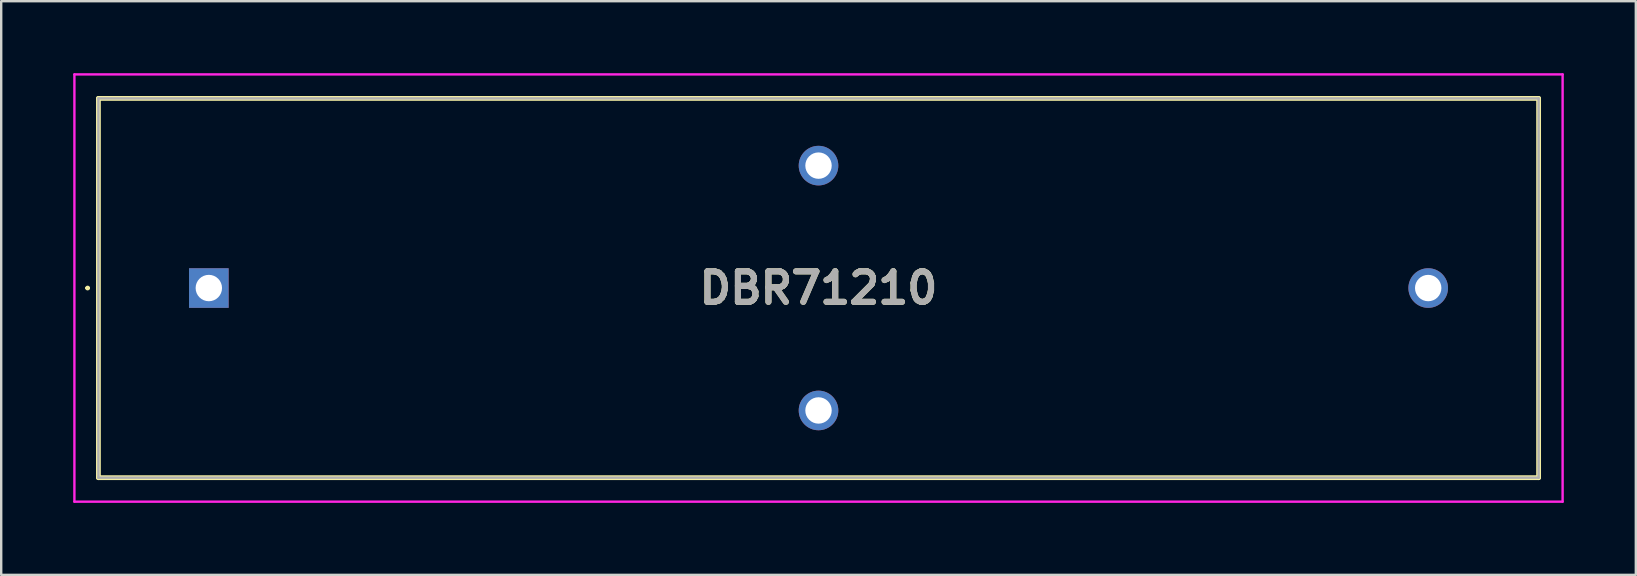
<source format=kicad_pcb>
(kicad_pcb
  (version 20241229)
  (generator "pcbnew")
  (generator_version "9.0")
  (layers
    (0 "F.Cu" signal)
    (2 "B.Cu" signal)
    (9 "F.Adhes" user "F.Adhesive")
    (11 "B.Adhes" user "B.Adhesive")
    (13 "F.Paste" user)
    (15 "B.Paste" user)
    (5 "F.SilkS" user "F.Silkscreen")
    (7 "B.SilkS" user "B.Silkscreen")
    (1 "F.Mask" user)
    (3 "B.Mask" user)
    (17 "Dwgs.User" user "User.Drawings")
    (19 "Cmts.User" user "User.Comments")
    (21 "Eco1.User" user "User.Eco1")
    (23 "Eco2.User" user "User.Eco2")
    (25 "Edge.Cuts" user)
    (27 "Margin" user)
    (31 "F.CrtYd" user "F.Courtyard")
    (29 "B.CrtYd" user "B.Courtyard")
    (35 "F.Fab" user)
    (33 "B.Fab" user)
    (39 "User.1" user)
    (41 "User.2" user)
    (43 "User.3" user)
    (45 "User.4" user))
  (footprint "DBR71210"
    (layer "F.Cu")
    (at 5.65 8.95)
    (property "Reference" "DBR71210" (at 25.4 0 0) (layer "F.SilkS") (effects (font (size 1.27 1.27) (thickness 0.254))))
    (attr through_hole)
    (fp_line (start -5.1 0) (end -5.1 0) (stroke (width 0.1) (type solid)) (layer "F.SilkS"))
    (fp_line (start -5 0) (end -5 0) (stroke (width 0.1) (type solid)) (layer "F.SilkS"))
    (fp_line (start -4.6 -7.9) (end -4.6 7.9) (stroke (width 0.2) (type solid)) (layer "F.SilkS"))
    (fp_line (start -4.6 7.9) (end 55.4 7.9) (stroke (width 0.2) (type solid)) (layer "F.SilkS"))
    (fp_line (start 55.4 -7.9) (end -4.6 -7.9) (stroke (width 0.2) (type solid)) (layer "F.SilkS"))
    (fp_line (start 55.4 7.9) (end 55.4 -7.9) (stroke (width 0.2) (type solid)) (layer "F.SilkS"))
    (fp_arc (start -5.1 0) (mid -5.05 -0.05) (end -5 0) (stroke (width 0.1) (type solid)) (layer "F.SilkS"))
    (fp_arc (start -5 0) (mid -5.05 0.05) (end -5.1 0) (stroke (width 0.1) (type solid)) (layer "F.SilkS"))
    (fp_line (start -5.6 -8.9) (end -5.6 8.9) (stroke (width 0.1) (type solid)) (layer "F.CrtYd"))
    (fp_line (start -5.6 8.9) (end 56.4 8.9) (stroke (width 0.1) (type solid)) (layer "F.CrtYd"))
    (fp_line (start 56.4 -8.9) (end -5.6 -8.9) (stroke (width 0.1) (type solid)) (layer "F.CrtYd"))
    (fp_line (start 56.4 8.9) (end 56.4 -8.9) (stroke (width 0.1) (type solid)) (layer "F.CrtYd"))
    (fp_line (start -4.6 -7.9) (end -4.6 7.9) (stroke (width 0.1) (type solid)) (layer "F.Fab"))
    (fp_line (start -4.6 7.9) (end 55.4 7.9) (stroke (width 0.1) (type solid)) (layer "F.Fab"))
    (fp_line (start 55.4 -7.9) (end -4.6 -7.9) (stroke (width 0.1) (type solid)) (layer "F.Fab"))
    (fp_line (start 55.4 7.9) (end 55.4 -7.9) (stroke (width 0.1) (type solid)) (layer "F.Fab"))
    (fp_text user "${REFERENCE}" (at 25.4 0 0) (layer "F.Fab") (effects (font (size 1.27 1.27) (thickness 0.254))))
    (pad "1" thru_hole rect (at 0 0) (size 1.65 1.65) (drill 1.1) (layers "*.Cu" "*.Mask"))
    (pad "2" thru_hole circle (at 50.8 0) (size 1.65 1.65) (drill 1.1) (layers "*.Cu" "*.Mask"))
    (pad "3" thru_hole circle (at 25.4 5.1) (size 1.65 1.65) (drill 1.1) (layers "*.Cu" "*.Mask"))
    (pad "4" thru_hole circle (at 25.4 -5.1) (size 1.65 1.65) (drill 1.1) (layers "*.Cu" "*.Mask")))
  (gr_rect
    (start -3 -3)
    (end 65.1 20.9)
    (stroke (width 0.1) (type default))
    (fill no)
    (layer "Edge.Cuts")))
</source>
